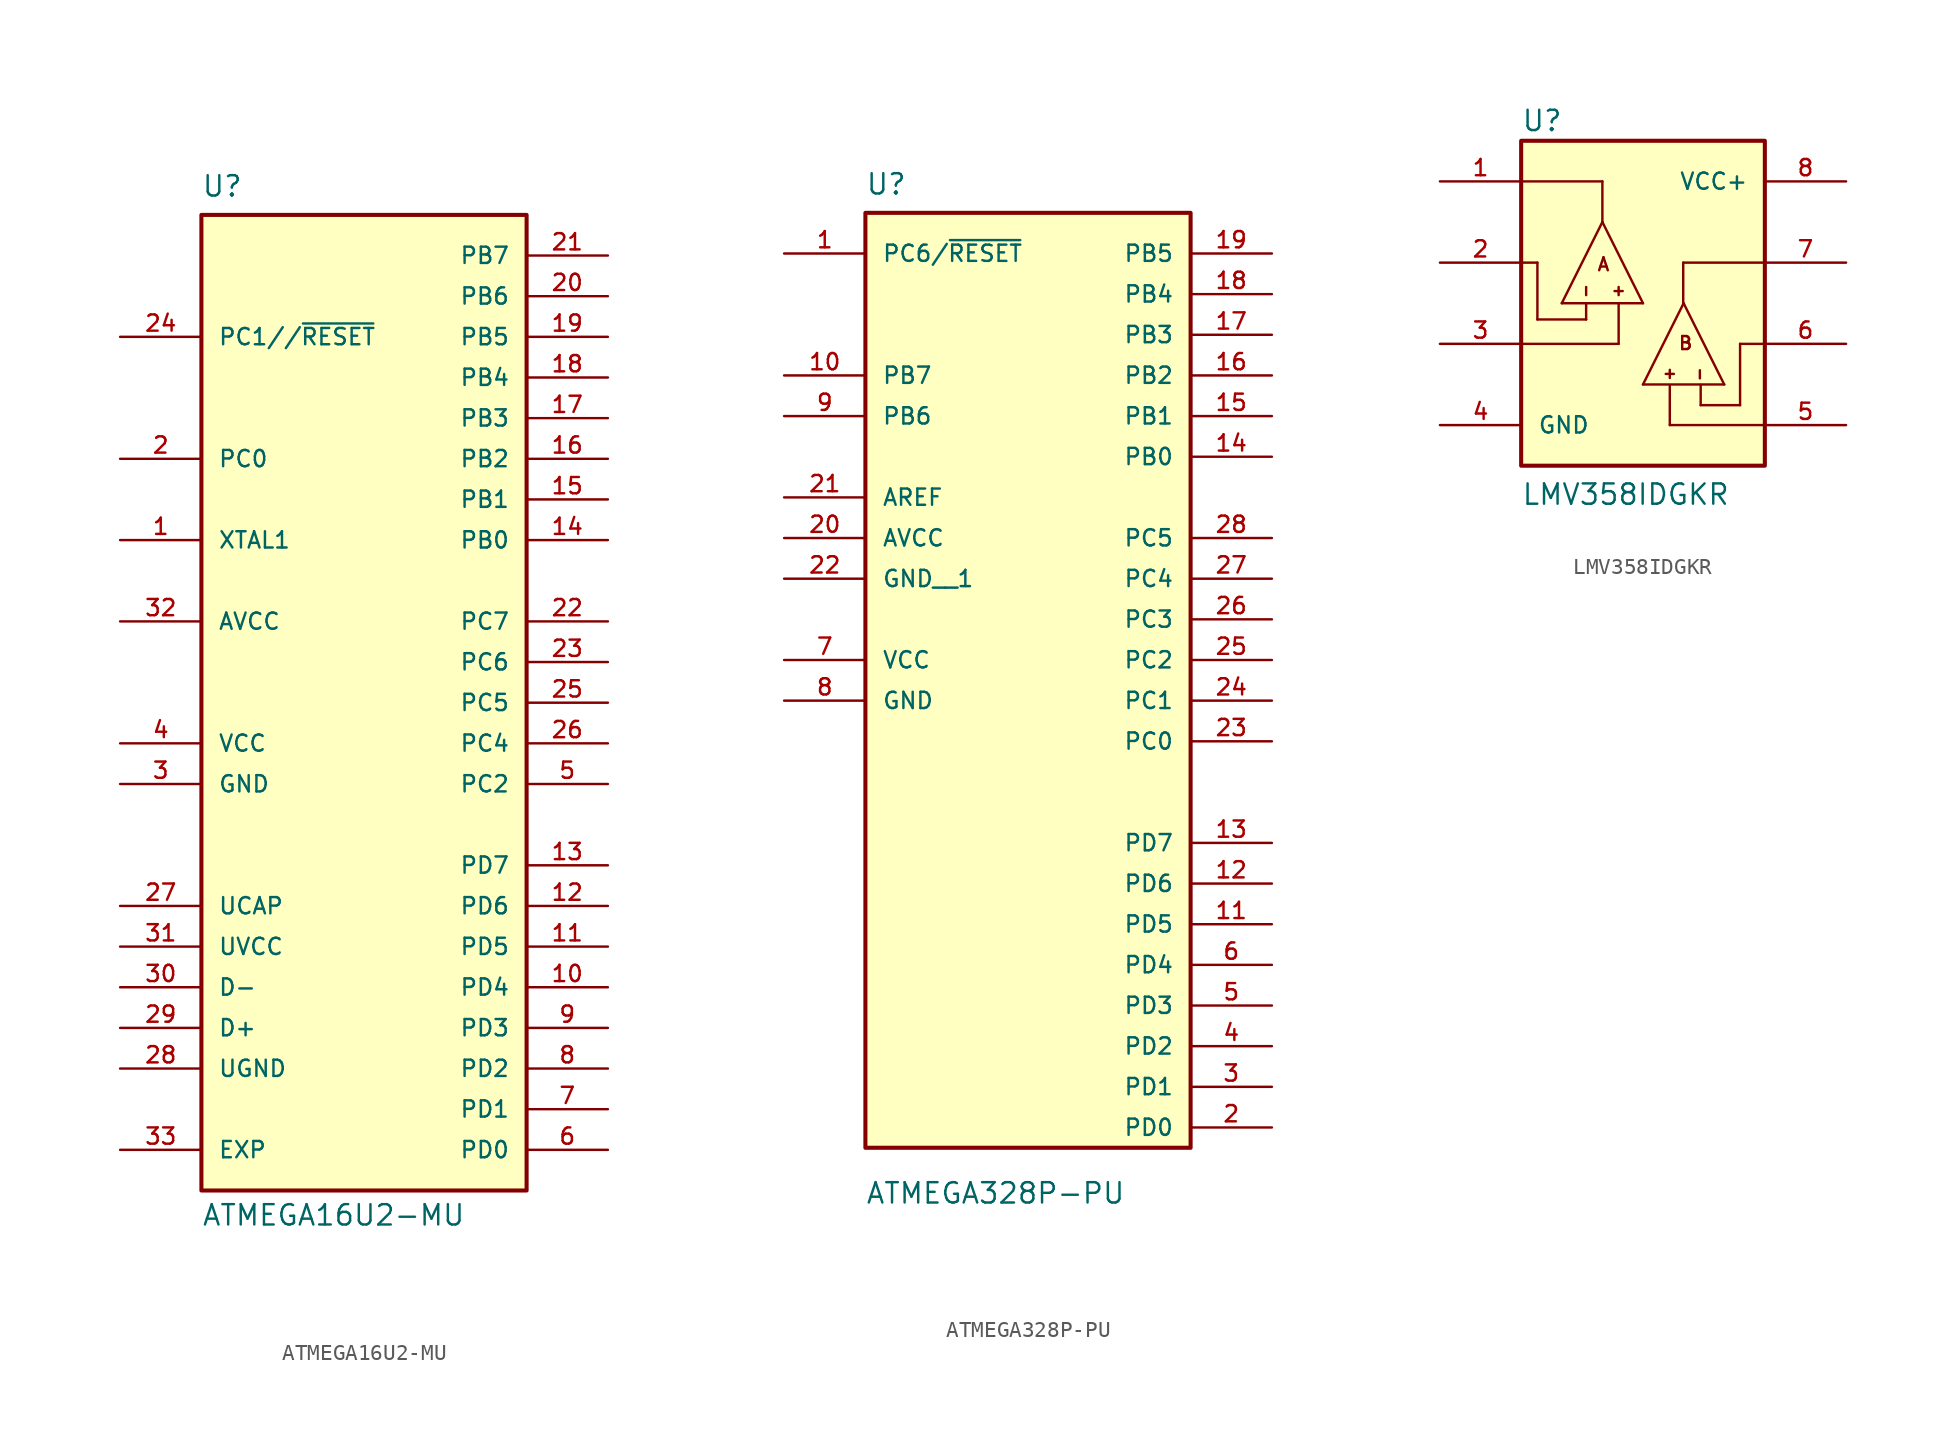
<source format=kicad_sym>
(kicad_symbol_lib
  (version 20231120)
  (generator "kicad_symbol_editor")
  (generator_version "8.0")
  (symbol "ATMEGA16U2-MU"
    (pin_names
      (offset 1.016))
    (property "Reference" "U"
      (at -0.01 62.009 0)
      (effects (font (size 1.27 1.27)) (justify left bottom)))
    (property "Value" "ATMEGA16U2-MU"
      (at 0 -2.286 0)
      (effects (font (size 1.27 1.27)) (justify left bottom)))
    (symbol "ATMEGA16U2-MU_0_0"
      (rectangle (start 0 60.96) (end 20.32 0) (stroke (width 0.254) (type default)) (fill (type background)))
      (pin input line (at -5.08 40.64 0) (length 5.08) (name "XTAL1" (effects (font (size 1.016 1.016)))) (number "1" (effects (font (size 1.016 1.016)))))
      (pin bidirectional line (at 25.4 12.7 180) (length 5.08) (name "PD4" (effects (font (size 1.016 1.016)))) (number "10" (effects (font (size 1.016 1.016)))))
      (pin bidirectional line (at 25.4 15.24 180) (length 5.08) (name "PD5" (effects (font (size 1.016 1.016)))) (number "11" (effects (font (size 1.016 1.016)))))
      (pin bidirectional line (at 25.4 17.78 180) (length 5.08) (name "PD6" (effects (font (size 1.016 1.016)))) (number "12" (effects (font (size 1.016 1.016)))))
      (pin bidirectional line (at 25.4 20.32 180) (length 5.08) (name "PD7" (effects (font (size 1.016 1.016)))) (number "13" (effects (font (size 1.016 1.016)))))
      (pin bidirectional line (at 25.4 40.64 180) (length 5.08) (name "PB0" (effects (font (size 1.016 1.016)))) (number "14" (effects (font (size 1.016 1.016)))))
      (pin bidirectional line (at 25.4 43.18 180) (length 5.08) (name "PB1" (effects (font (size 1.016 1.016)))) (number "15" (effects (font (size 1.016 1.016)))))
      (pin bidirectional line (at 25.4 45.72 180) (length 5.08) (name "PB2" (effects (font (size 1.016 1.016)))) (number "16" (effects (font (size 1.016 1.016)))))
      (pin bidirectional line (at 25.4 48.26 180) (length 5.08) (name "PB3" (effects (font (size 1.016 1.016)))) (number "17" (effects (font (size 1.016 1.016)))))
      (pin bidirectional line (at 25.4 50.8 180) (length 5.08) (name "PB4" (effects (font (size 1.016 1.016)))) (number "18" (effects (font (size 1.016 1.016)))))
      (pin bidirectional line (at 25.4 53.34 180) (length 5.08) (name "PB5" (effects (font (size 1.016 1.016)))) (number "19" (effects (font (size 1.016 1.016)))))
      (pin bidirectional line (at -5.08 45.72 0) (length 5.08) (name "PC0" (effects (font (size 1.016 1.016)))) (number "2" (effects (font (size 1.016 1.016)))))
      (pin bidirectional line (at 25.4 55.88 180) (length 5.08) (name "PB6" (effects (font (size 1.016 1.016)))) (number "20" (effects (font (size 1.016 1.016)))))
      (pin bidirectional line (at 25.4 58.42 180) (length 5.08) (name "PB7" (effects (font (size 1.016 1.016)))) (number "21" (effects (font (size 1.016 1.016)))))
      (pin bidirectional line (at 25.4 35.56 180) (length 5.08) (name "PC7" (effects (font (size 1.016 1.016)))) (number "22" (effects (font (size 1.016 1.016)))))
      (pin bidirectional line (at 25.4 33.02 180) (length 5.08) (name "PC6" (effects (font (size 1.016 1.016)))) (number "23" (effects (font (size 1.016 1.016)))))
      (pin bidirectional line (at -5.08 53.34 0) (length 5.08) (name "PC1//~{RESET}" (effects (font (size 1.016 1.016)))) (number "24" (effects (font (size 1.016 1.016)))))
      (pin bidirectional line (at 25.4 30.48 180) (length 5.08) (name "PC5" (effects (font (size 1.016 1.016)))) (number "25" (effects (font (size 1.016 1.016)))))
      (pin bidirectional line (at 25.4 27.94 180) (length 5.08) (name "PC4" (effects (font (size 1.016 1.016)))) (number "26" (effects (font (size 1.016 1.016)))))
      (pin output line (at -5.08 17.78 0) (length 5.08) (name "UCAP" (effects (font (size 1.016 1.016)))) (number "27" (effects (font (size 1.016 1.016)))))
      (pin power_in line (at -5.08 7.62 0) (length 5.08) (name "UGND" (effects (font (size 1.016 1.016)))) (number "28" (effects (font (size 1.016 1.016)))))
      (pin bidirectional line (at -5.08 10.16 0) (length 5.08) (name "D+" (effects (font (size 1.016 1.016)))) (number "29" (effects (font (size 1.016 1.016)))))
      (pin power_in line (at -5.08 25.4 0) (length 5.08) (name "GND" (effects (font (size 1.016 1.016)))) (number "3" (effects (font (size 1.016 1.016)))))
      (pin bidirectional line (at -5.08 12.7 0) (length 5.08) (name "D-" (effects (font (size 1.016 1.016)))) (number "30" (effects (font (size 1.016 1.016)))))
      (pin power_in line (at -5.08 15.24 0) (length 5.08) (name "UVCC" (effects (font (size 1.016 1.016)))) (number "31" (effects (font (size 1.016 1.016)))))
      (pin power_in line (at -5.08 35.56 0) (length 5.08) (name "AVCC" (effects (font (size 1.016 1.016)))) (number "32" (effects (font (size 1.016 1.016)))))
      (pin power_in line (at -5.08 2.54 0) (length 5.08) (name "EXP" (effects (font (size 1.016 1.016)))) (number "33" (effects (font (size 1.016 1.016)))))
      (pin power_in line (at -5.08 27.94 0) (length 5.08) (name "VCC" (effects (font (size 1.016 1.016)))) (number "4" (effects (font (size 1.016 1.016)))))
      (pin bidirectional line (at 25.4 25.4 180) (length 5.08) (name "PC2" (effects (font (size 1.016 1.016)))) (number "5" (effects (font (size 1.016 1.016)))))
      (pin bidirectional line (at 25.4 2.54 180) (length 5.08) (name "PD0" (effects (font (size 1.016 1.016)))) (number "6" (effects (font (size 1.016 1.016)))))
      (pin bidirectional line (at 25.4 5.08 180) (length 5.08) (name "PD1" (effects (font (size 1.016 1.016)))) (number "7" (effects (font (size 1.016 1.016)))))
      (pin bidirectional line (at 25.4 7.62 180) (length 5.08) (name "PD2" (effects (font (size 1.016 1.016)))) (number "8" (effects (font (size 1.016 1.016)))))
      (pin bidirectional line (at 25.4 10.16 180) (length 5.08) (name "PD3" (effects (font (size 1.016 1.016)))) (number "9" (effects (font (size 1.016 1.016)))))))
  (symbol "ATMEGA328P-PU"
    (pin_names
      (offset 1.016))
    (property "Reference" "U"
      (at -10.171 28.986 0)
      (effects (font (size 1.27 1.27)) (justify left bottom)))
    (property "Value" "ATMEGA328P-PU"
      (at -10.168 -34.061 0)
      (effects (font (size 1.27 1.27)) (justify left bottom)))
    (symbol "ATMEGA328P-PU_0_0"
      (rectangle (start -10.16 27.94) (end 10.16 -30.48) (stroke (width 0.254) (type default)) (fill (type background)))
      (pin bidirectional line (at -15.24 25.4 0) (length 5.08) (name "PC6/~{RESET}" (effects (font (size 1.016 1.016)))) (number "1" (effects (font (size 1.016 1.016)))))
      (pin bidirectional line (at -15.24 17.78 0) (length 5.08) (name "PB7" (effects (font (size 1.016 1.016)))) (number "10" (effects (font (size 1.016 1.016)))))
      (pin bidirectional line (at 15.24 -16.51 180) (length 5.08) (name "PD5" (effects (font (size 1.016 1.016)))) (number "11" (effects (font (size 1.016 1.016)))))
      (pin bidirectional line (at 15.24 -13.97 180) (length 5.08) (name "PD6" (effects (font (size 1.016 1.016)))) (number "12" (effects (font (size 1.016 1.016)))))
      (pin bidirectional line (at 15.24 -11.43 180) (length 5.08) (name "PD7" (effects (font (size 1.016 1.016)))) (number "13" (effects (font (size 1.016 1.016)))))
      (pin bidirectional line (at 15.24 12.7 180) (length 5.08) (name "PB0" (effects (font (size 1.016 1.016)))) (number "14" (effects (font (size 1.016 1.016)))))
      (pin bidirectional line (at 15.24 15.24 180) (length 5.08) (name "PB1" (effects (font (size 1.016 1.016)))) (number "15" (effects (font (size 1.016 1.016)))))
      (pin bidirectional line (at 15.24 17.78 180) (length 5.08) (name "PB2" (effects (font (size 1.016 1.016)))) (number "16" (effects (font (size 1.016 1.016)))))
      (pin bidirectional line (at 15.24 20.32 180) (length 5.08) (name "PB3" (effects (font (size 1.016 1.016)))) (number "17" (effects (font (size 1.016 1.016)))))
      (pin bidirectional line (at 15.24 22.86 180) (length 5.08) (name "PB4" (effects (font (size 1.016 1.016)))) (number "18" (effects (font (size 1.016 1.016)))))
      (pin bidirectional line (at 15.24 25.4 180) (length 5.08) (name "PB5" (effects (font (size 1.016 1.016)))) (number "19" (effects (font (size 1.016 1.016)))))
      (pin bidirectional line (at 15.24 -29.21 180) (length 5.08) (name "PD0" (effects (font (size 1.016 1.016)))) (number "2" (effects (font (size 1.016 1.016)))))
      (pin power_in line (at -15.24 7.62 0) (length 5.08) (name "AVCC" (effects (font (size 1.016 1.016)))) (number "20" (effects (font (size 1.016 1.016)))))
      (pin input line (at -15.24 10.16 0) (length 5.08) (name "AREF" (effects (font (size 1.016 1.016)))) (number "21" (effects (font (size 1.016 1.016)))))
      (pin power_in line (at -15.24 5.08 0) (length 5.08) (name "GND__1" (effects (font (size 1.016 1.016)))) (number "22" (effects (font (size 1.016 1.016)))))
      (pin bidirectional line (at 15.24 -5.08 180) (length 5.08) (name "PC0" (effects (font (size 1.016 1.016)))) (number "23" (effects (font (size 1.016 1.016)))))
      (pin bidirectional line (at 15.24 -2.54 180) (length 5.08) (name "PC1" (effects (font (size 1.016 1.016)))) (number "24" (effects (font (size 1.016 1.016)))))
      (pin bidirectional line (at 15.24 0 180) (length 5.08) (name "PC2" (effects (font (size 1.016 1.016)))) (number "25" (effects (font (size 1.016 1.016)))))
      (pin bidirectional line (at 15.24 2.54 180) (length 5.08) (name "PC3" (effects (font (size 1.016 1.016)))) (number "26" (effects (font (size 1.016 1.016)))))
      (pin bidirectional line (at 15.24 5.08 180) (length 5.08) (name "PC4" (effects (font (size 1.016 1.016)))) (number "27" (effects (font (size 1.016 1.016)))))
      (pin bidirectional line (at 15.24 7.62 180) (length 5.08) (name "PC5" (effects (font (size 1.016 1.016)))) (number "28" (effects (font (size 1.016 1.016)))))
      (pin bidirectional line (at 15.24 -26.67 180) (length 5.08) (name "PD1" (effects (font (size 1.016 1.016)))) (number "3" (effects (font (size 1.016 1.016)))))
      (pin bidirectional line (at 15.24 -24.13 180) (length 5.08) (name "PD2" (effects (font (size 1.016 1.016)))) (number "4" (effects (font (size 1.016 1.016)))))
      (pin bidirectional line (at 15.24 -21.59 180) (length 5.08) (name "PD3" (effects (font (size 1.016 1.016)))) (number "5" (effects (font (size 1.016 1.016)))))
      (pin bidirectional line (at 15.24 -19.05 180) (length 5.08) (name "PD4" (effects (font (size 1.016 1.016)))) (number "6" (effects (font (size 1.016 1.016)))))
      (pin power_in line (at -15.24 0 0) (length 5.08) (name "VCC" (effects (font (size 1.016 1.016)))) (number "7" (effects (font (size 1.016 1.016)))))
      (pin power_in line (at -15.24 -2.54 0) (length 5.08) (name "GND" (effects (font (size 1.016 1.016)))) (number "8" (effects (font (size 1.016 1.016)))))
      (pin bidirectional line (at -15.24 15.24 0) (length 5.08) (name "PB6" (effects (font (size 1.016 1.016)))) (number "9" (effects (font (size 1.016 1.016)))))))
  (symbol "LMV358IDGKR"
    (pin_names
      (offset 1.016))
    (property "Reference" "U"
      (at -7.62 10.668 0)
      (effects (font (size 1.27 1.27)) (justify left bottom)))
    (property "Value" "LMV358IDGKR"
      (at -7.62 -12.7 0)
      (effects (font (size 1.27 1.27)) (justify left bottom)))
    (symbol "LMV358IDGKR_0_0"
      (rectangle (start -7.62 10.16) (end 7.62 -10.16) (stroke (width 0.254) (type default)) (fill (type background)))
      (polyline (pts (xy -6.604 -1.016) (xy -6.604 2.54)) (stroke (width 0.152) (type default)) (fill (type none)))
      (polyline (pts (xy -6.604 2.54) (xy -7.62 2.54)) (stroke (width 0.152) (type default)) (fill (type none)))
      (polyline (pts (xy -5.08 0) (xy -2.54 5.08)) (stroke (width 0.152) (type default)) (fill (type none)))
      (polyline (pts (xy -3.556 -1.016) (xy -6.604 -1.016)) (stroke (width 0.152) (type default)) (fill (type none)))
      (polyline (pts (xy -3.556 0) (xy -5.08 0)) (stroke (width 0.152) (type default)) (fill (type none)))
      (polyline (pts (xy -3.556 0) (xy -3.556 -1.016)) (stroke (width 0.152) (type default)) (fill (type none)))
      (polyline (pts (xy -3.556 1.016) (xy -3.556 0.508)) (stroke (width 0.152) (type default)) (fill (type none)))
      (polyline (pts (xy -2.54 5.08) (xy -2.54 7.62)) (stroke (width 0.152) (type default)) (fill (type none)))
      (polyline (pts (xy -2.54 5.08) (xy 0 0)) (stroke (width 0.152) (type default)) (fill (type none)))
      (polyline (pts (xy -2.54 7.62) (xy -7.62 7.62)) (stroke (width 0.152) (type default)) (fill (type none)))
      (polyline (pts (xy -1.778 0.762) (xy -1.27 0.762)) (stroke (width 0.152) (type default)) (fill (type none)))
      (polyline (pts (xy -1.524 -2.54) (xy -7.62 -2.54)) (stroke (width 0.152) (type default)) (fill (type none)))
      (polyline (pts (xy -1.524 0) (xy -3.556 0)) (stroke (width 0.152) (type default)) (fill (type none)))
      (polyline (pts (xy -1.524 0) (xy -1.524 -2.54)) (stroke (width 0.152) (type default)) (fill (type none)))
      (polyline (pts (xy -1.524 0.508) (xy -1.524 1.016)) (stroke (width 0.152) (type default)) (fill (type none)))
      (polyline (pts (xy 0 -5.08) (xy 2.54 0)) (stroke (width 0.152) (type default)) (fill (type none)))
      (polyline (pts (xy 0 0) (xy -1.524 0)) (stroke (width 0.152) (type default)) (fill (type none)))
      (polyline (pts (xy 1.422 -4.42) (xy 1.93 -4.42)) (stroke (width 0.152) (type default)) (fill (type none)))
      (polyline (pts (xy 1.676 -7.62) (xy 7.62 -7.62)) (stroke (width 0.152) (type default)) (fill (type none)))
      (polyline (pts (xy 1.676 -5.131) (xy 1.676 -7.62)) (stroke (width 0.152) (type default)) (fill (type none)))
      (polyline (pts (xy 1.676 -4.166) (xy 1.676 -4.674)) (stroke (width 0.152) (type default)) (fill (type none)))
      (polyline (pts (xy 2.515 -0.102) (xy 2.515 2.54)) (stroke (width 0.152) (type default)) (fill (type none)))
      (polyline (pts (xy 2.515 2.54) (xy 7.62 2.54)) (stroke (width 0.152) (type default)) (fill (type none)))
      (polyline (pts (xy 2.54 0) (xy 5.08 -5.08)) (stroke (width 0.152) (type default)) (fill (type none)))
      (polyline (pts (xy 3.556 -4.191) (xy 3.556 -4.699)) (stroke (width 0.152) (type default)) (fill (type none)))
      (polyline (pts (xy 3.607 -6.375) (xy 6.071 -6.375)) (stroke (width 0.152) (type default)) (fill (type none)))
      (polyline (pts (xy 3.607 -5.105) (xy 3.607 -6.375)) (stroke (width 0.152) (type default)) (fill (type none)))
      (polyline (pts (xy 5.08 -5.08) (xy 0 -5.08)) (stroke (width 0.152) (type default)) (fill (type none)))
      (polyline (pts (xy 6.071 -6.375) (xy 6.071 -2.54)) (stroke (width 0.152) (type default)) (fill (type none)))
      (polyline (pts (xy 6.071 -2.54) (xy 7.62 -2.54)) (stroke (width 0.152) (type default)) (fill (type none)))
      (text "A" (at -2.921 1.956 0) (effects (font (size 0.813 0.813)) (justify left bottom)))
      (text "B" (at 2.159 -2.972 0) (effects (font (size 0.813 0.813)) (justify left bottom)))
      (pin output line (at -12.7 7.62 0) (length 5.08) (name "~" (effects (font (size 1.016 1.016)))) (number "1" (effects (font (size 1.016 1.016)))))
      (pin input line (at -12.7 2.54 0) (length 5.08) (name "~" (effects (font (size 1.016 1.016)))) (number "2" (effects (font (size 1.016 1.016)))))
      (pin input line (at -12.7 -2.54 0) (length 5.08) (name "~" (effects (font (size 1.016 1.016)))) (number "3" (effects (font (size 1.016 1.016)))))
      (pin power_in line (at -12.7 -7.62 0) (length 5.08) (name "GND" (effects (font (size 1.016 1.016)))) (number "4" (effects (font (size 1.016 1.016)))))
      (pin input line (at 12.7 -7.62 180) (length 5.08) (name "~" (effects (font (size 1.016 1.016)))) (number "5" (effects (font (size 1.016 1.016)))))
      (pin input line (at 12.7 -2.54 180) (length 5.08) (name "~" (effects (font (size 1.016 1.016)))) (number "6" (effects (font (size 1.016 1.016)))))
      (pin output line (at 12.7 2.54 180) (length 5.08) (name "~" (effects (font (size 1.016 1.016)))) (number "7" (effects (font (size 1.016 1.016)))))
      (pin power_in line (at 12.7 7.62 180) (length 5.08) (name "VCC+" (effects (font (size 1.016 1.016)))) (number "8" (effects (font (size 1.016 1.016))))))))
</source>
